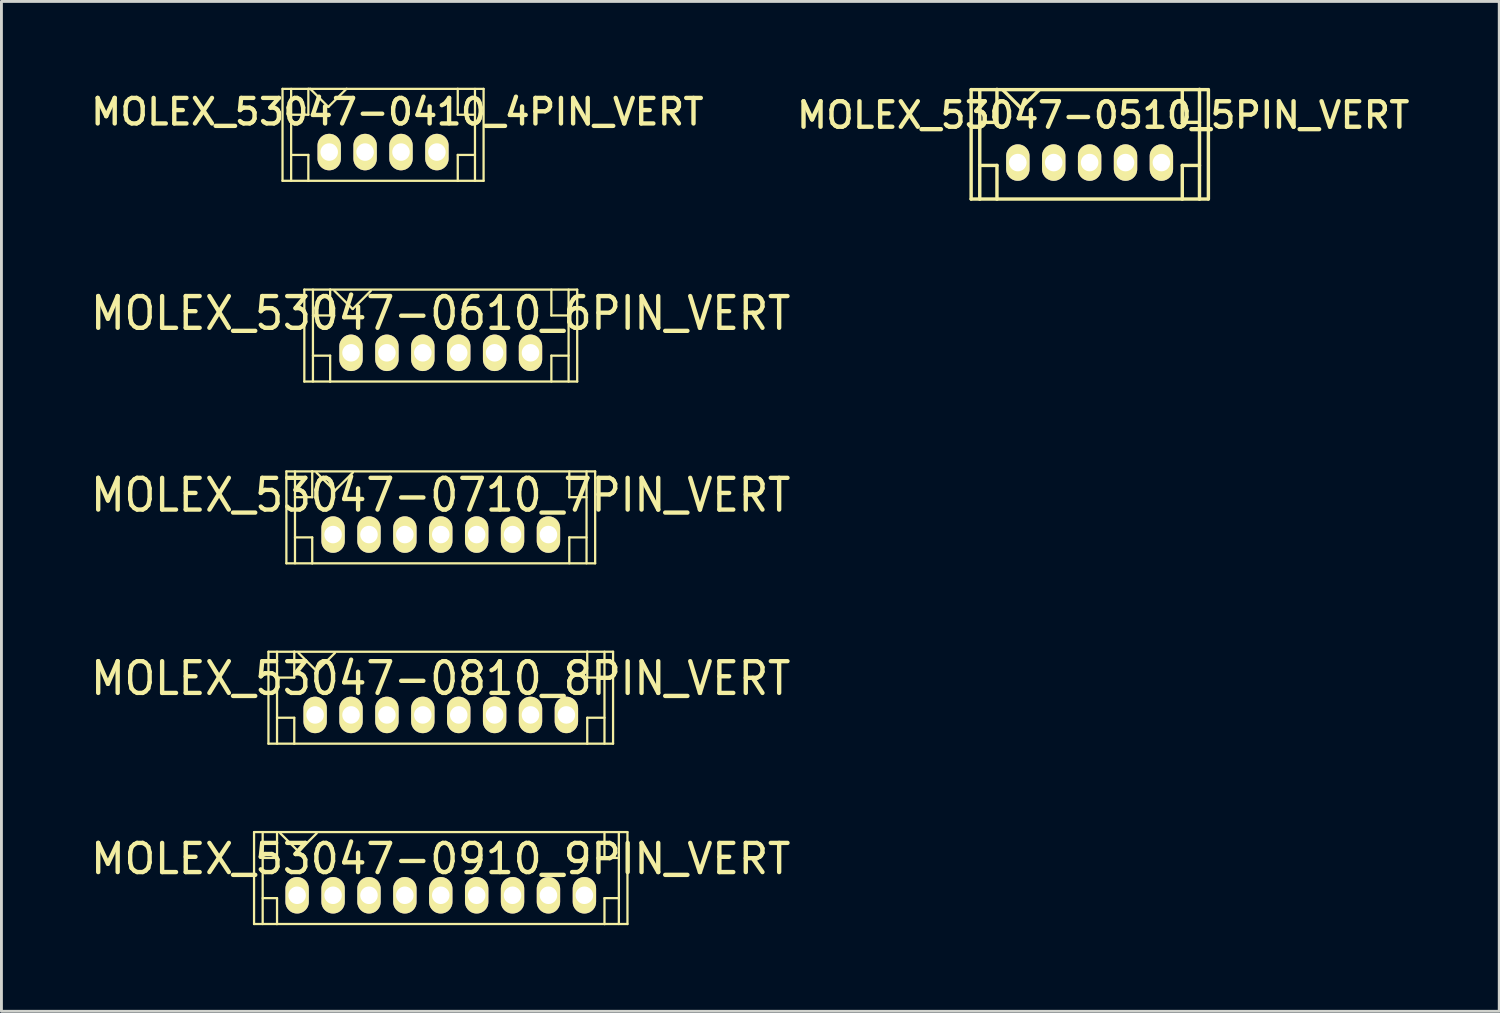
<source format=kicad_pcb>
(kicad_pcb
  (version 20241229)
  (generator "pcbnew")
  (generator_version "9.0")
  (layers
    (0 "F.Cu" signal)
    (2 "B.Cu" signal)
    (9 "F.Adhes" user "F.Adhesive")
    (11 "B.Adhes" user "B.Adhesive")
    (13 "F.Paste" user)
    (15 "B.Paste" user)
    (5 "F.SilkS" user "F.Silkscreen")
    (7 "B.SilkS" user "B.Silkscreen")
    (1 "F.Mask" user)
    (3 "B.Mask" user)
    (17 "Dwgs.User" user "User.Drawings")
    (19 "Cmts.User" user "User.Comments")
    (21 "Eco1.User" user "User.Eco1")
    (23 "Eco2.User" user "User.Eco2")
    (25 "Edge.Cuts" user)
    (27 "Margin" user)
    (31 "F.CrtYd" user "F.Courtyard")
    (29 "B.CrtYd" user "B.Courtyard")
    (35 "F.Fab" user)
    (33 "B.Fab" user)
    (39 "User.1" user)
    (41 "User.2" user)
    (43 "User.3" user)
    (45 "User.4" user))
  (footprint "MOLEX_53047-0910_9PIN_VERT"
    (layer "F.Cu")
    (at 12.295 28.119)
    (property "Reference" "MOLEX_53047-0910_9PIN_VERT" (at 0 -1.27 0) (layer "F.SilkS") (effects (font (size 1.016 1.016) (thickness 0.152))))
    (attr through_hole)
    (fp_line (start -6.5 -2.2) (end -6.5 1.001) (stroke (width 0.079) (type solid)) (layer "F.SilkS"))
    (fp_line (start -6.5 1.001) (end -5.7 1.001) (stroke (width 0.079) (type solid)) (layer "F.SilkS"))
    (fp_line (start -6.2 -2.2) (end -6.2 1.001) (stroke (width 0.079) (type solid)) (layer "F.SilkS"))
    (fp_line (start -6.2 -1.3) (end -5.7 -1.3) (stroke (width 0.079) (type solid)) (layer "F.SilkS"))
    (fp_line (start -5.715 1.001) (end 5.715 1.001) (stroke (width 0.079) (type solid)) (layer "F.SilkS"))
    (fp_line (start -5.7 -2.2) (end -6.5 -2.2) (stroke (width 0.079) (type solid)) (layer "F.SilkS"))
    (fp_line (start -5.7 -1.3) (end -5.7 -2.2) (stroke (width 0.079) (type solid)) (layer "F.SilkS"))
    (fp_line (start -5.7 0.099) (end -6.2 0.099) (stroke (width 0.079) (type solid)) (layer "F.SilkS"))
    (fp_line (start -5.7 0.099) (end -5.7 1.001) (stroke (width 0.079) (type solid)) (layer "F.SilkS"))
    (fp_line (start -5.588 -2.159) (end -4.953 -1.524) (stroke (width 0.079) (type solid)) (layer "F.SilkS"))
    (fp_line (start -4.953 -1.524) (end -4.318 -2.159) (stroke (width 0.079) (type solid)) (layer "F.SilkS"))
    (fp_line (start 5.7 -2.2) (end 6.5 -2.2) (stroke (width 0.079) (type solid)) (layer "F.SilkS"))
    (fp_line (start 5.7 -1.3) (end 5.7 -2.2) (stroke (width 0.079) (type solid)) (layer "F.SilkS"))
    (fp_line (start 5.7 -1.3) (end 6.2 -1.3) (stroke (width 0.079) (type solid)) (layer "F.SilkS"))
    (fp_line (start 5.7 0.099) (end 5.7 1.001) (stroke (width 0.079) (type solid)) (layer "F.SilkS"))
    (fp_line (start 5.715 -2.2) (end -5.715 -2.2) (stroke (width 0.079) (type solid)) (layer "F.SilkS"))
    (fp_line (start 6.2 -2.2) (end 6.2 1.001) (stroke (width 0.079) (type solid)) (layer "F.SilkS"))
    (fp_line (start 6.2 0.099) (end 5.7 0.099) (stroke (width 0.079) (type solid)) (layer "F.SilkS"))
    (fp_line (start 6.5 -2.2) (end 6.5 1.001) (stroke (width 0.079) (type solid)) (layer "F.SilkS"))
    (fp_line (start 6.5 1.001) (end 5.7 1.001) (stroke (width 0.079) (type solid)) (layer "F.SilkS"))
    (pad "1" thru_hole oval (at -5.001 0) (size 0.813 1.27) (drill 0.61) (layers "*.Cu" "*.Mask" "F.SilkS"))
    (pad "2" thru_hole oval (at -3.749 0) (size 0.813 1.27) (drill 0.61) (layers "*.Cu" "*.Mask" "F.SilkS"))
    (pad "3" thru_hole oval (at -2.499 0) (size 0.813 1.27) (drill 0.61) (layers "*.Cu" "*.Mask" "F.SilkS"))
    (pad "4" thru_hole oval (at -1.25 0) (size 0.813 1.27) (drill 0.61) (layers "*.Cu" "*.Mask" "F.SilkS"))
    (pad "5" thru_hole oval (at 0 0) (size 0.813 1.27) (drill 0.61) (layers "*.Cu" "*.Mask" "F.SilkS"))
    (pad "6" thru_hole oval (at 1.25 0) (size 0.813 1.27) (drill 0.61) (layers "*.Cu" "*.Mask" "F.SilkS"))
    (pad "7" thru_hole oval (at 2.499 0) (size 0.813 1.27) (drill 0.61) (layers "*.Cu" "*.Mask" "F.SilkS"))
    (pad "8" thru_hole oval (at 3.749 0) (size 0.813 1.27) (drill 0.61) (layers "*.Cu" "*.Mask" "F.SilkS"))
    (pad "9" thru_hole oval (at 5.001 0) (size 0.813 1.27) (drill 0.61) (layers "*.Cu" "*.Mask" "F.SilkS")))
  (footprint "MOLEX_53047-0610_6PIN_VERT"
    (layer "F.Cu")
    (at 12.295 9.233)
    (property "Reference" "MOLEX_53047-0610_6PIN_VERT" (at 0 -1.374 0) (layer "F.SilkS") (effects (font (size 1.105 1.016) (thickness 0.152))))
    (attr through_hole)
    (fp_line (start -4.75 -2.2) (end -4.75 1.001) (stroke (width 0.079) (type solid)) (layer "F.SilkS"))
    (fp_line (start -4.75 1.001) (end -3.851 1.001) (stroke (width 0.079) (type solid)) (layer "F.SilkS"))
    (fp_line (start -4.45 -2.2) (end -4.45 1.001) (stroke (width 0.079) (type solid)) (layer "F.SilkS"))
    (fp_line (start -4.45 -1.3) (end -3.851 -1.3) (stroke (width 0.079) (type solid)) (layer "F.SilkS"))
    (fp_line (start -4.45 0.099) (end -3.851 0.099) (stroke (width 0.079) (type solid)) (layer "F.SilkS"))
    (fp_line (start -3.851 -2.2) (end -4.75 -2.2) (stroke (width 0.079) (type solid)) (layer "F.SilkS"))
    (fp_line (start -3.851 -1.3) (end -3.851 -2.2) (stroke (width 0.079) (type solid)) (layer "F.SilkS"))
    (fp_line (start -3.851 0.099) (end -3.851 1.001) (stroke (width 0.079) (type solid)) (layer "F.SilkS"))
    (fp_line (start -3.851 1.001) (end 4.75 1.001) (stroke (width 0.079) (type solid)) (layer "F.SilkS"))
    (fp_line (start -3.703 -2.159) (end -3.068 -1.524) (stroke (width 0.079) (type solid)) (layer "F.SilkS"))
    (fp_line (start -3.068 -1.524) (end -2.433 -2.159) (stroke (width 0.079) (type solid)) (layer "F.SilkS"))
    (fp_line (start 3.851 -1.3) (end 3.851 -2.2) (stroke (width 0.079) (type solid)) (layer "F.SilkS"))
    (fp_line (start 3.851 0.099) (end 3.851 1.001) (stroke (width 0.079) (type solid)) (layer "F.SilkS"))
    (fp_line (start 4.448 -1.3) (end 3.848 -1.3) (stroke (width 0.079) (type solid)) (layer "F.SilkS"))
    (fp_line (start 4.45 -2.2) (end 4.45 1.001) (stroke (width 0.079) (type solid)) (layer "F.SilkS"))
    (fp_line (start 4.45 0.099) (end 3.851 0.099) (stroke (width 0.079) (type solid)) (layer "F.SilkS"))
    (fp_line (start 4.75 -2.2) (end -3.851 -2.2) (stroke (width 0.079) (type solid)) (layer "F.SilkS"))
    (fp_line (start 4.75 -2.2) (end 4.75 1.001) (stroke (width 0.079) (type solid)) (layer "F.SilkS"))
    (pad "1" thru_hole oval (at -3.124 0) (size 0.813 1.27) (drill 0.61) (layers "*.Cu" "*.Mask" "F.SilkS"))
    (pad "2" thru_hole oval (at -1.875 0) (size 0.813 1.27) (drill 0.61) (layers "*.Cu" "*.Mask" "F.SilkS"))
    (pad "3" thru_hole oval (at -0.625 0) (size 0.813 1.27) (drill 0.61) (layers "*.Cu" "*.Mask" "F.SilkS"))
    (pad "4" thru_hole oval (at 0.625 0) (size 0.813 1.27) (drill 0.61) (layers "*.Cu" "*.Mask" "F.SilkS"))
    (pad "5" thru_hole oval (at 1.875 0) (size 0.813 1.27) (drill 0.61) (layers "*.Cu" "*.Mask" "F.SilkS"))
    (pad "6" thru_hole oval (at 3.124 0) (size 0.813 1.27) (drill 0.61) (layers "*.Cu" "*.Mask" "F.SilkS")))
  (footprint "MOLEX_53047-0810_8PIN_VERT"
    (layer "F.Cu")
    (at 12.295 21.84)
    (property "Reference" "MOLEX_53047-0810_8PIN_VERT" (at 0 -1.27 0) (layer "F.SilkS") (effects (font (size 1.105 1.016) (thickness 0.152))))
    (attr through_hole)
    (fp_line (start -5.999 -2.2) (end -5.999 1.001) (stroke (width 0.079) (type solid)) (layer "F.SilkS"))
    (fp_line (start -5.999 1.001) (end -5.1 1.001) (stroke (width 0.079) (type solid)) (layer "F.SilkS"))
    (fp_line (start -5.7 -2.2) (end -5.7 1.001) (stroke (width 0.079) (type solid)) (layer "F.SilkS"))
    (fp_line (start -5.7 -1.3) (end -5.1 -1.3) (stroke (width 0.079) (type solid)) (layer "F.SilkS"))
    (fp_line (start -5.7 0.099) (end -5.1 0.099) (stroke (width 0.079) (type solid)) (layer "F.SilkS"))
    (fp_line (start -5.1 -2.2) (end -5.999 -2.2) (stroke (width 0.079) (type solid)) (layer "F.SilkS"))
    (fp_line (start -5.1 -1.3) (end -5.1 -2.2) (stroke (width 0.079) (type solid)) (layer "F.SilkS"))
    (fp_line (start -5.1 0.099) (end -5.1 1.001) (stroke (width 0.079) (type solid)) (layer "F.SilkS"))
    (fp_line (start -5.1 1.001) (end 5.1 1.001) (stroke (width 0.079) (type solid)) (layer "F.SilkS"))
    (fp_line (start -4.953 -2.159) (end -4.318 -1.524) (stroke (width 0.079) (type solid)) (layer "F.SilkS"))
    (fp_line (start -4.318 -1.524) (end -3.683 -2.159) (stroke (width 0.079) (type solid)) (layer "F.SilkS"))
    (fp_line (start 5.1 -2.2) (end -5.1 -2.2) (stroke (width 0.079) (type solid)) (layer "F.SilkS"))
    (fp_line (start 5.1 -2.2) (end 5.999 -2.2) (stroke (width 0.079) (type solid)) (layer "F.SilkS"))
    (fp_line (start 5.1 -1.3) (end 5.1 -2.2) (stroke (width 0.079) (type solid)) (layer "F.SilkS"))
    (fp_line (start 5.1 0.099) (end 5.1 1.001) (stroke (width 0.079) (type solid)) (layer "F.SilkS"))
    (fp_line (start 5.7 -2.2) (end 5.7 1.001) (stroke (width 0.079) (type solid)) (layer "F.SilkS"))
    (fp_line (start 5.7 -1.3) (end 5.1 -1.3) (stroke (width 0.079) (type solid)) (layer "F.SilkS"))
    (fp_line (start 5.7 0.099) (end 5.1 0.099) (stroke (width 0.079) (type solid)) (layer "F.SilkS"))
    (fp_line (start 5.999 -2.2) (end 5.999 1.001) (stroke (width 0.079) (type solid)) (layer "F.SilkS"))
    (fp_line (start 5.999 1.001) (end 5.1 1.001) (stroke (width 0.079) (type solid)) (layer "F.SilkS"))
    (pad "1" thru_hole oval (at -4.374 0) (size 0.813 1.27) (drill 0.61) (layers "*.Cu" "*.Mask" "F.SilkS"))
    (pad "2" thru_hole oval (at -3.124 0) (size 0.813 1.27) (drill 0.61) (layers "*.Cu" "*.Mask" "F.SilkS"))
    (pad "3" thru_hole oval (at -1.875 0) (size 0.813 1.27) (drill 0.61) (layers "*.Cu" "*.Mask" "F.SilkS"))
    (pad "4" thru_hole oval (at -0.625 0) (size 0.813 1.27) (drill 0.61) (layers "*.Cu" "*.Mask" "F.SilkS"))
    (pad "5" thru_hole oval (at 0.625 0) (size 0.813 1.27) (drill 0.61) (layers "*.Cu" "*.Mask" "F.SilkS"))
    (pad "6" thru_hole oval (at 1.875 0) (size 0.813 1.27) (drill 0.61) (layers "*.Cu" "*.Mask" "F.SilkS"))
    (pad "7" thru_hole oval (at 3.124 0) (size 0.813 1.27) (drill 0.61) (layers "*.Cu" "*.Mask" "F.SilkS"))
    (pad "8" thru_hole oval (at 4.374 0) (size 0.813 1.27) (drill 0.61) (layers "*.Cu" "*.Mask" "F.SilkS")))
  (footprint "MOLEX_53047-0710_7PIN_VERT"
    (layer "F.Cu")
    (at 12.295 15.561)
    (property "Reference" "MOLEX_53047-0710_7PIN_VERT" (at 0 -1.374 0) (layer "F.SilkS") (effects (font (size 1.105 1.016) (thickness 0.152))))
    (attr through_hole)
    (fp_line (start -5.375 -2.2) (end -5.375 1.001) (stroke (width 0.079) (type solid)) (layer "F.SilkS"))
    (fp_line (start -5.375 1.001) (end -4.475 1.001) (stroke (width 0.079) (type solid)) (layer "F.SilkS"))
    (fp_line (start -5.075 -2.2) (end -5.075 1.001) (stroke (width 0.079) (type solid)) (layer "F.SilkS"))
    (fp_line (start -5.075 -1.3) (end -4.475 -1.3) (stroke (width 0.079) (type solid)) (layer "F.SilkS"))
    (fp_line (start -5.075 0.099) (end -4.475 0.099) (stroke (width 0.079) (type solid)) (layer "F.SilkS"))
    (fp_line (start -4.475 -2.2) (end -5.375 -2.2) (stroke (width 0.079) (type solid)) (layer "F.SilkS"))
    (fp_line (start -4.475 -1.3) (end -4.475 -2.2) (stroke (width 0.079) (type solid)) (layer "F.SilkS"))
    (fp_line (start -4.475 0.099) (end -4.475 1.001) (stroke (width 0.079) (type solid)) (layer "F.SilkS"))
    (fp_line (start -4.475 1.001) (end 5.375 1.001) (stroke (width 0.079) (type solid)) (layer "F.SilkS"))
    (fp_line (start -4.328 -2.159) (end -3.693 -1.524) (stroke (width 0.079) (type solid)) (layer "F.SilkS"))
    (fp_line (start -3.693 -1.524) (end -3.058 -2.159) (stroke (width 0.079) (type solid)) (layer "F.SilkS"))
    (fp_line (start 4.475 -1.3) (end 4.475 -2.2) (stroke (width 0.079) (type solid)) (layer "F.SilkS"))
    (fp_line (start 4.475 0.099) (end 4.475 1.001) (stroke (width 0.079) (type solid)) (layer "F.SilkS"))
    (fp_line (start 5.075 -2.2) (end 5.075 1.001) (stroke (width 0.079) (type solid)) (layer "F.SilkS"))
    (fp_line (start 5.075 -1.3) (end 4.475 -1.3) (stroke (width 0.079) (type solid)) (layer "F.SilkS"))
    (fp_line (start 5.075 0.099) (end 4.475 0.099) (stroke (width 0.079) (type solid)) (layer "F.SilkS"))
    (fp_line (start 5.375 -2.2) (end -4.475 -2.2) (stroke (width 0.079) (type solid)) (layer "F.SilkS"))
    (fp_line (start 5.375 -2.2) (end 5.375 1.001) (stroke (width 0.079) (type solid)) (layer "F.SilkS"))
    (pad "1" thru_hole oval (at -3.749 0) (size 0.813 1.27) (drill 0.61) (layers "*.Cu" "*.Mask" "F.SilkS"))
    (pad "2" thru_hole oval (at -2.499 0) (size 0.813 1.27) (drill 0.61) (layers "*.Cu" "*.Mask" "F.SilkS"))
    (pad "3" thru_hole oval (at -1.25 0) (size 0.813 1.27) (drill 0.61) (layers "*.Cu" "*.Mask" "F.SilkS"))
    (pad "4" thru_hole oval (at 0 0) (size 0.813 1.27) (drill 0.61) (layers "*.Cu" "*.Mask" "F.SilkS"))
    (pad "5" thru_hole oval (at 1.25 0) (size 0.813 1.27) (drill 0.61) (layers "*.Cu" "*.Mask" "F.SilkS"))
    (pad "6" thru_hole oval (at 2.499 0) (size 0.813 1.27) (drill 0.61) (layers "*.Cu" "*.Mask" "F.SilkS"))
    (pad "7" thru_hole oval (at 3.749 0) (size 0.813 1.27) (drill 0.61) (layers "*.Cu" "*.Mask" "F.SilkS")))
  (footprint "MOLEX_53047-0410_4PIN_VERT"
    (layer "F.Cu")
    (at 10.286 2.244)
    (property "Reference" "MOLEX_53047-0410_4PIN_VERT" (at 0.5 -1.4 0) (layer "F.SilkS") (effects (font (size 0.889 0.889) (thickness 0.152))))
    (attr through_hole)
    (fp_line (start -3.5 -2.2) (end -3.5 1.001) (stroke (width 0.079) (type solid)) (layer "F.SilkS"))
    (fp_line (start -3.2 -2.2) (end -3.2 1.001) (stroke (width 0.079) (type solid)) (layer "F.SilkS"))
    (fp_line (start -3.2 -1.3) (end -2.601 -1.3) (stroke (width 0.079) (type solid)) (layer "F.SilkS"))
    (fp_line (start -3.2 0.099) (end -2.601 0.099) (stroke (width 0.079) (type solid)) (layer "F.SilkS"))
    (fp_line (start -2.601 -2.2) (end -3.5 -2.2) (stroke (width 0.079) (type solid)) (layer "F.SilkS"))
    (fp_line (start -2.601 -1.3) (end -2.601 -2.2) (stroke (width 0.079) (type solid)) (layer "F.SilkS"))
    (fp_line (start -2.601 0.099) (end -2.601 1.001) (stroke (width 0.079) (type solid)) (layer "F.SilkS"))
    (fp_line (start -2.601 1.001) (end -3.5 1.001) (stroke (width 0.079) (type solid)) (layer "F.SilkS"))
    (fp_line (start -2.601 1.001) (end 2.601 1.001) (stroke (width 0.079) (type solid)) (layer "F.SilkS"))
    (fp_line (start -2.54 -2.205) (end -1.905 -1.57) (stroke (width 0.079) (type solid)) (layer "F.SilkS"))
    (fp_line (start -1.905 -1.57) (end -1.27 -2.205) (stroke (width 0.079) (type solid)) (layer "F.SilkS"))
    (fp_line (start 2.601 -2.2) (end -2.601 -2.2) (stroke (width 0.079) (type solid)) (layer "F.SilkS"))
    (fp_line (start 2.601 -2.2) (end 3.5 -2.2) (stroke (width 0.079) (type solid)) (layer "F.SilkS"))
    (fp_line (start 2.601 -1.3) (end 2.601 -2.2) (stroke (width 0.079) (type solid)) (layer "F.SilkS"))
    (fp_line (start 2.601 0.099) (end 2.601 1.001) (stroke (width 0.079) (type solid)) (layer "F.SilkS"))
    (fp_line (start 2.601 1.001) (end 3.5 1.001) (stroke (width 0.079) (type solid)) (layer "F.SilkS"))
    (fp_line (start 3.2 -2.2) (end 3.2 1.001) (stroke (width 0.079) (type solid)) (layer "F.SilkS"))
    (fp_line (start 3.2 -1.3) (end 2.601 -1.3) (stroke (width 0.079) (type solid)) (layer "F.SilkS"))
    (fp_line (start 3.2 0.099) (end 2.601 0.099) (stroke (width 0.079) (type solid)) (layer "F.SilkS"))
    (fp_line (start 3.5 -2.2) (end 3.5 1.001) (stroke (width 0.079) (type solid)) (layer "F.SilkS"))
    (pad "1" thru_hole oval (at -1.875 0) (size 0.813 1.27) (drill 0.61) (layers "*.Cu" "*.Mask" "F.SilkS"))
    (pad "2" thru_hole oval (at -0.625 0) (size 0.813 1.27) (drill 0.61) (layers "*.Cu" "*.Mask" "F.SilkS"))
    (pad "3" thru_hole oval (at 0.625 0) (size 0.813 1.27) (drill 0.61) (layers "*.Cu" "*.Mask" "F.SilkS"))
    (pad "4" thru_hole oval (at 1.875 0) (size 0.813 1.27) (drill 0.61) (layers "*.Cu" "*.Mask" "F.SilkS")))
  (footprint "MOLEX_53047-0510_5PIN_VERT"
    (layer "F.Cu")
    (at 34.885 2.61)
    (property "Reference" "MOLEX_53047-0510_5PIN_VERT" (at 0.475 -1.651 0) (layer "F.SilkS") (effects (font (size 0.889 0.889) (thickness 0.152))))
    (attr through_hole)
    (fp_line (start -4.125 -2.54) (end -4.125 1.27) (stroke (width 0.119) (type solid)) (layer "F.SilkS"))
    (fp_line (start -4.125 1.27) (end 4.125 1.27) (stroke (width 0.119) (type solid)) (layer "F.SilkS"))
    (fp_line (start -3.825 -2.525) (end -3.825 1.275) (stroke (width 0.119) (type solid)) (layer "F.SilkS"))
    (fp_line (start -3.226 -2.55) (end -3.226 -1.4) (stroke (width 0.119) (type solid)) (layer "F.SilkS"))
    (fp_line (start -3.226 -1.4) (end -3.825 -1.4) (stroke (width 0.119) (type solid)) (layer "F.SilkS"))
    (fp_line (start -3.226 0.099) (end -3.825 0.099) (stroke (width 0.119) (type solid)) (layer "F.SilkS"))
    (fp_line (start -3.226 0.099) (end -3.226 1.275) (stroke (width 0.119) (type solid)) (layer "F.SilkS"))
    (fp_line (start -3.025 -2.532) (end -2.39 -1.897) (stroke (width 0.119) (type solid)) (layer "F.SilkS"))
    (fp_line (start -2.39 -1.895) (end -1.755 -2.53) (stroke (width 0.119) (type solid)) (layer "F.SilkS"))
    (fp_line (start 3.226 -1.4) (end 3.226 -2.525) (stroke (width 0.119) (type solid)) (layer "F.SilkS"))
    (fp_line (start 3.226 0.099) (end 3.825 0.099) (stroke (width 0.119) (type solid)) (layer "F.SilkS"))
    (fp_line (start 3.226 1.275) (end 3.226 0.099) (stroke (width 0.119) (type solid)) (layer "F.SilkS"))
    (fp_line (start 3.825 -2.55) (end 3.825 1.275) (stroke (width 0.119) (type solid)) (layer "F.SilkS"))
    (fp_line (start 3.825 -1.4) (end 3.226 -1.4) (stroke (width 0.119) (type solid)) (layer "F.SilkS"))
    (fp_line (start 4.125 -2.54) (end -4.125 -2.54) (stroke (width 0.119) (type solid)) (layer "F.SilkS"))
    (fp_line (start 4.135 1.27) (end 4.135 -2.54) (stroke (width 0.119) (type solid)) (layer "F.SilkS"))
    (pad "1" thru_hole oval (at -2.499 0) (size 0.813 1.27) (drill 0.61) (layers "*.Cu" "*.Mask" "F.SilkS"))
    (pad "2" thru_hole oval (at -1.25 0) (size 0.813 1.27) (drill 0.61) (layers "*.Cu" "*.Mask" "F.SilkS"))
    (pad "3" thru_hole oval (at 0 0) (size 0.813 1.27) (drill 0.61) (layers "*.Cu" "*.Mask" "F.SilkS"))
    (pad "4" thru_hole oval (at 1.25 0) (size 0.813 1.27) (drill 0.61) (layers "*.Cu" "*.Mask" "F.SilkS"))
    (pad "5" thru_hole oval (at 2.499 0) (size 0.813 1.27) (drill 0.61) (layers "*.Cu" "*.Mask" "F.SilkS")))
  (gr_rect
    (start -3 -3)
    (end 49.146 32.159)
    (stroke (width 0.1) (type default))
    (fill no)
    (layer "Edge.Cuts")))
</source>
